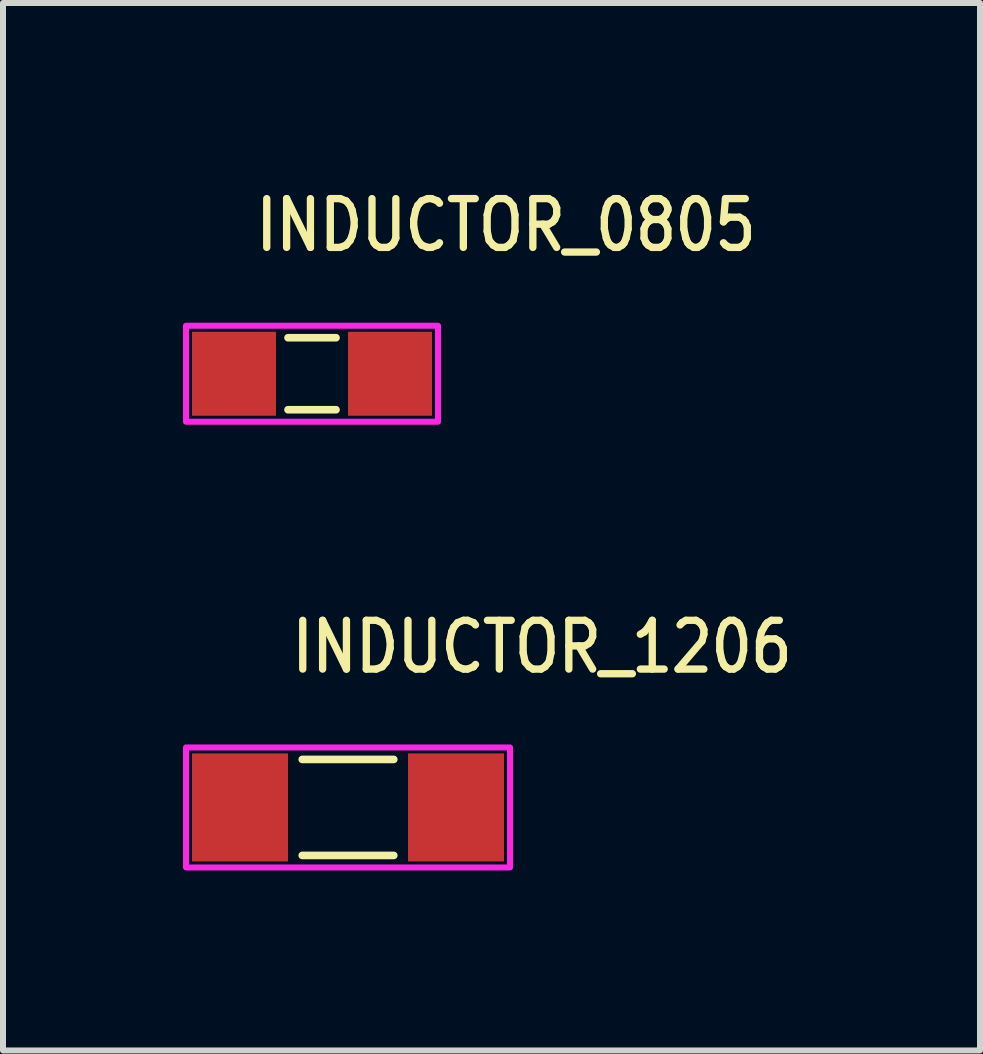
<source format=kicad_pcb>
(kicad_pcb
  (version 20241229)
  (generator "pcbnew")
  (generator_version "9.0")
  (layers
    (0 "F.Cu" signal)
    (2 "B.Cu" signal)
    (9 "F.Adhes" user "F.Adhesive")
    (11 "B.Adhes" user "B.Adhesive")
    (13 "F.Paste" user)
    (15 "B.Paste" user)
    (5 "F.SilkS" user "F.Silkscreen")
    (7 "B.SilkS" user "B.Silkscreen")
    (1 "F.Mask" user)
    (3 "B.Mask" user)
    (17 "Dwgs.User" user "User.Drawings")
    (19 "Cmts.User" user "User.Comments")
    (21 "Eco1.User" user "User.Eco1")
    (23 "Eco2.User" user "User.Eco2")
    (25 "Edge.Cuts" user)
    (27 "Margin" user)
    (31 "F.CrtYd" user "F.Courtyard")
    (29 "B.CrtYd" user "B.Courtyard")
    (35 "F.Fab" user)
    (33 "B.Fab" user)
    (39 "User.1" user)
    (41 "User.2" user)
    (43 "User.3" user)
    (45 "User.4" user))
  (footprint "INDUCTOR_1206"
    (layer "F.Cu")
    (at 2.75 10.407)
    (property "Reference" "INDUCTOR_1206" (at -1 -2.2 0) (unlocked yes) (layer "F.SilkS") (effects (font (size 0.813 0.695) (thickness 0.122)) (justify left bottom)))
    (fp_line (start -0.763 -0.8) (end 0.763 -0.8) (stroke (width 0.127) (type solid)) (layer "F.SilkS"))
    (fp_line (start -0.763 0.8) (end 0.763 0.8) (stroke (width 0.127) (type solid)) (layer "F.SilkS"))
    (fp_poly (pts (xy -2.7 -1) (xy 2.7 -1) (xy 2.7 1) (xy -2.7 1)) (stroke (width 0.1) (type solid)) (fill no) (layer "F.CrtYd"))
    (pad "P$1" smd rect (at -1.8 0) (size 1.6 1.8) (layers "F.Cu" "F.Mask" "F.Paste"))
    (pad "P$2" smd rect (at 1.8 0) (size 1.6 1.8) (layers "F.Cu" "F.Mask" "F.Paste")))
  (footprint "INDUCTOR_0805"
    (layer "F.Cu")
    (at 2.15 3.179)
    (property "Reference" "INDUCTOR_0805" (at -1 -2 0) (unlocked yes) (layer "F.SilkS") (effects (font (size 0.813 0.695) (thickness 0.122)) (justify left bottom)))
    (fp_line (start -0.4 -0.6) (end 0.4 -0.6) (stroke (width 0.127) (type solid)) (layer "F.SilkS"))
    (fp_line (start -0.4 0.6) (end 0.4 0.6) (stroke (width 0.127) (type solid)) (layer "F.SilkS"))
    (fp_poly (pts (xy -2.1 -0.8) (xy 2.1 -0.8) (xy 2.1 0.8) (xy -2.1 0.8)) (stroke (width 0.1) (type solid)) (fill no) (layer "F.CrtYd"))
    (pad "P$1" smd rect (at -1.3 0) (size 1.4 1.4) (layers "F.Cu" "F.Mask" "F.Paste"))
    (pad "P$2" smd rect (at 1.3 0) (size 1.4 1.4) (layers "F.Cu" "F.Mask" "F.Paste")))
  (gr_rect
    (start -3 -3)
    (end 13.283 14.457)
    (stroke (width 0.1) (type default))
    (fill no)
    (layer "Edge.Cuts")))
</source>
